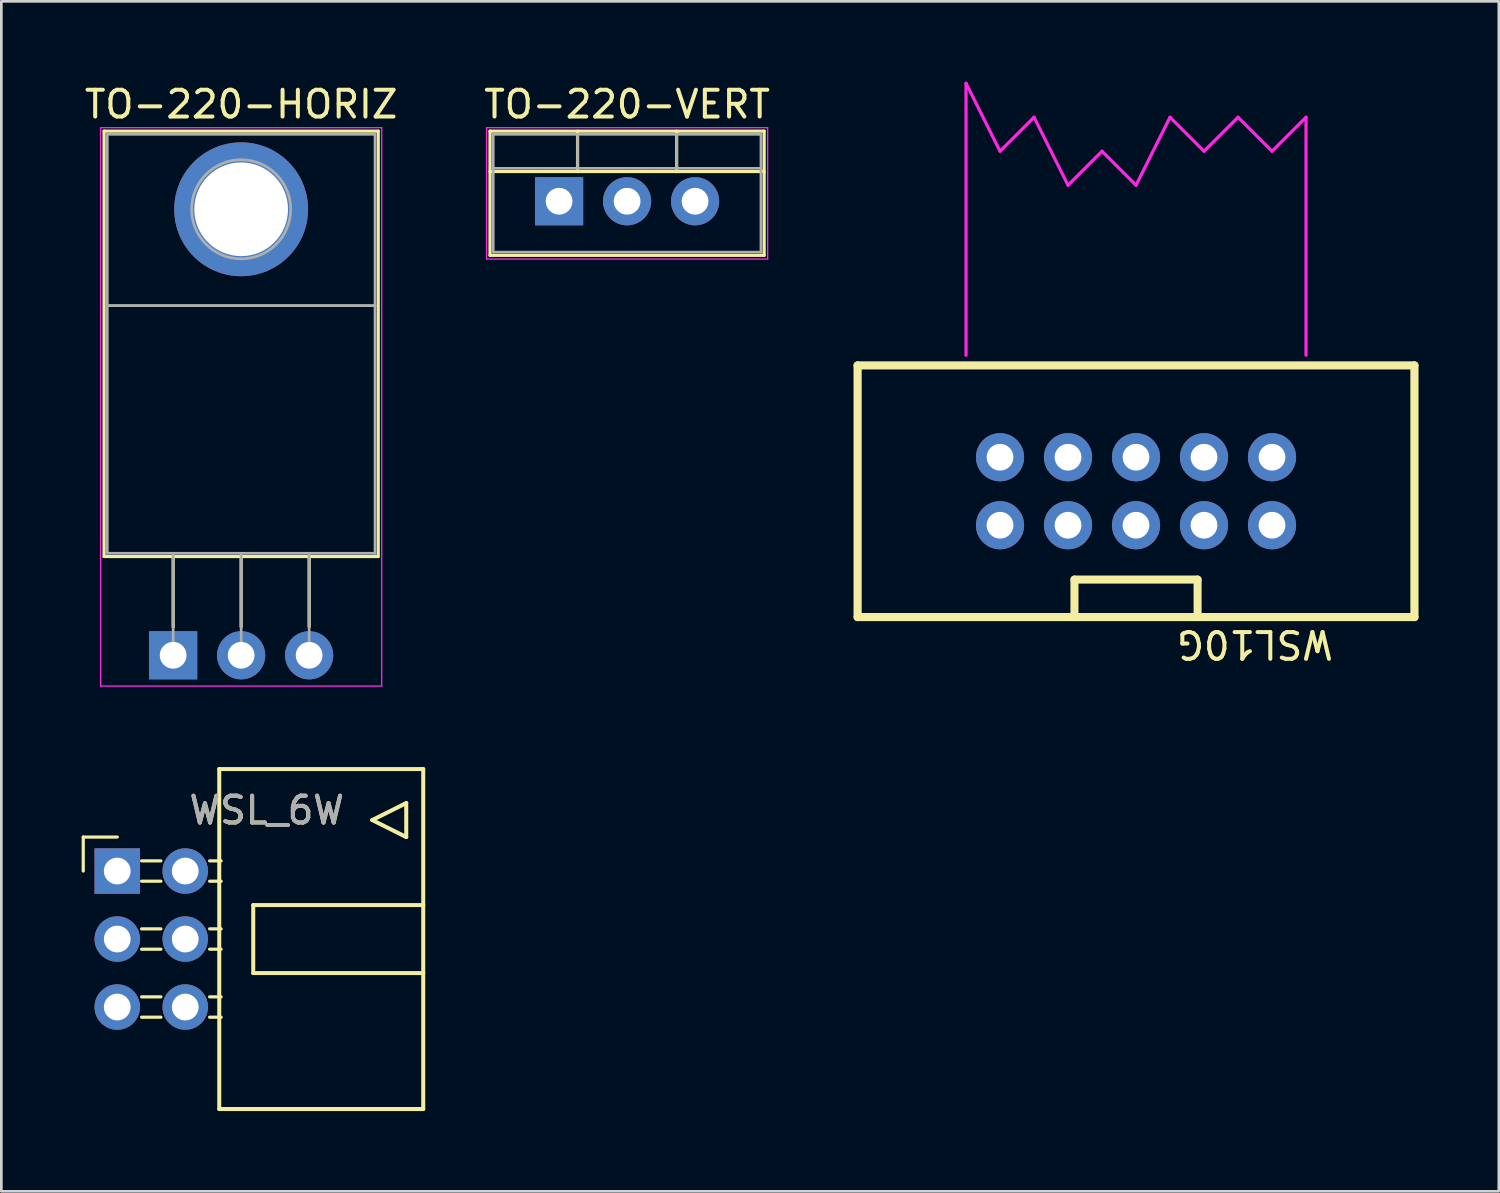
<source format=kicad_pcb>
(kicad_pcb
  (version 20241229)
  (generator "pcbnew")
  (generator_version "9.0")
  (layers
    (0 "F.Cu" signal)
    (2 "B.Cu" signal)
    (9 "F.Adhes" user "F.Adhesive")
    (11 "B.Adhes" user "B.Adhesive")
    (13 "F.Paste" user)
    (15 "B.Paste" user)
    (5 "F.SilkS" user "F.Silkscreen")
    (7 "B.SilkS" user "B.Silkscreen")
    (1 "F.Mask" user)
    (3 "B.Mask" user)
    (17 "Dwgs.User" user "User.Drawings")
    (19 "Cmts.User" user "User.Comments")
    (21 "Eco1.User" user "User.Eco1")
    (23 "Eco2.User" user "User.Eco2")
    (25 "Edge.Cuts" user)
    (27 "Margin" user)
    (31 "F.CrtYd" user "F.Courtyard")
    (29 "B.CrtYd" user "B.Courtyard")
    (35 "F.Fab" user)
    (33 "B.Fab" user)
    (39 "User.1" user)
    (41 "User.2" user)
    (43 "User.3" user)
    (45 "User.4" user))
  (footprint "TO-220-VERT"
    (layer "F.Cu")
    (at 17.835 4.468)
    (property "Reference" "TO-220-VERT" (at 2.54 -3.62 0) (layer "F.SilkS") (effects (font (size 1 1) (thickness 0.15))))
    (attr through_hole)
    (fp_line (start -2.58 -2.62) (end -2.58 2.021) (stroke (width 0.12) (type solid)) (layer "F.SilkS"))
    (fp_line (start -2.58 -2.62) (end 7.66 -2.62) (stroke (width 0.12) (type solid)) (layer "F.SilkS"))
    (fp_line (start -2.58 -1.11) (end 7.66 -1.11) (stroke (width 0.12) (type solid)) (layer "F.SilkS"))
    (fp_line (start -2.58 2.021) (end 7.66 2.021) (stroke (width 0.12) (type solid)) (layer "F.SilkS"))
    (fp_line (start 0.69 -2.62) (end 0.69 -1.11) (stroke (width 0.12) (type solid)) (layer "F.SilkS"))
    (fp_line (start 4.391 -2.62) (end 4.391 -1.11) (stroke (width 0.12) (type solid)) (layer "F.SilkS"))
    (fp_line (start 7.66 -2.62) (end 7.66 2.021) (stroke (width 0.12) (type solid)) (layer "F.SilkS"))
    (fp_line (start -2.71 -2.75) (end -2.71 2.16) (stroke (width 0.05) (type solid)) (layer "F.CrtYd"))
    (fp_line (start -2.71 2.16) (end 7.79 2.16) (stroke (width 0.05) (type solid)) (layer "F.CrtYd"))
    (fp_line (start 7.79 -2.75) (end -2.71 -2.75) (stroke (width 0.05) (type solid)) (layer "F.CrtYd"))
    (fp_line (start 7.79 2.16) (end 7.79 -2.75) (stroke (width 0.05) (type solid)) (layer "F.CrtYd"))
    (fp_line (start -2.46 -2.5) (end -2.46 1.9) (stroke (width 0.1) (type solid)) (layer "F.Fab"))
    (fp_line (start -2.46 -1.23) (end 7.54 -1.23) (stroke (width 0.1) (type solid)) (layer "F.Fab"))
    (fp_line (start -2.46 1.9) (end 7.54 1.9) (stroke (width 0.1) (type solid)) (layer "F.Fab"))
    (fp_line (start 0.69 -2.5) (end 0.69 -1.23) (stroke (width 0.1) (type solid)) (layer "F.Fab"))
    (fp_line (start 4.39 -2.5) (end 4.39 -1.23) (stroke (width 0.1) (type solid)) (layer "F.Fab"))
    (fp_line (start 7.54 -2.5) (end -2.46 -2.5) (stroke (width 0.1) (type solid)) (layer "F.Fab"))
    (fp_line (start 7.54 1.9) (end 7.54 -2.5) (stroke (width 0.1) (type solid)) (layer "F.Fab"))
    (pad "1" thru_hole rect (at 0 0) (size 1.8 1.8) (drill 1) (layers "*.Cu" "*.Mask"))
    (pad "2" thru_hole oval (at 2.54 0) (size 1.8 1.8) (drill 1) (layers "*.Cu" "*.Mask"))
    (pad "3" thru_hole oval (at 5.08 0) (size 1.8 1.8) (drill 1) (layers "*.Cu" "*.Mask")))
  (footprint "WSL_6W"
    (layer "F.Cu")
    (at 1.33 29.488)
    (property "Reference" "WSL_6W" (at 5.585 -2.27 0) (layer "F.SilkS") (effects (font (size 1 1) (thickness 0.15))))
    (attr through_hole)
    (fp_line (start -1.27 -1.27) (end 0 -1.27) (stroke (width 0.12) (type solid)) (layer "F.SilkS"))
    (fp_line (start -1.27 0) (end -1.27 -1.27) (stroke (width 0.12) (type solid)) (layer "F.SilkS"))
    (fp_line (start 0.91 -0.38) (end 1.63 -0.38) (stroke (width 0.12) (type solid)) (layer "F.SilkS"))
    (fp_line (start 0.91 0.38) (end 1.63 0.38) (stroke (width 0.12) (type solid)) (layer "F.SilkS"))
    (fp_line (start 0.91 2.16) (end 1.63 2.16) (stroke (width 0.12) (type solid)) (layer "F.SilkS"))
    (fp_line (start 0.91 2.92) (end 1.63 2.92) (stroke (width 0.12) (type solid)) (layer "F.SilkS"))
    (fp_line (start 0.91 4.7) (end 1.63 4.7) (stroke (width 0.12) (type solid)) (layer "F.SilkS"))
    (fp_line (start 0.91 5.46) (end 1.63 5.46) (stroke (width 0.12) (type solid)) (layer "F.SilkS"))
    (fp_line (start 3.45 -0.38) (end 3.88 -0.38) (stroke (width 0.12) (type solid)) (layer "F.SilkS"))
    (fp_line (start 3.45 0.38) (end 3.88 0.38) (stroke (width 0.12) (type solid)) (layer "F.SilkS"))
    (fp_line (start 3.45 2.16) (end 3.88 2.16) (stroke (width 0.12) (type solid)) (layer "F.SilkS"))
    (fp_line (start 3.45 2.92) (end 3.88 2.92) (stroke (width 0.12) (type solid)) (layer "F.SilkS"))
    (fp_line (start 3.45 4.7) (end 3.88 4.7) (stroke (width 0.12) (type solid)) (layer "F.SilkS"))
    (fp_line (start 3.45 5.46) (end 3.88 5.46) (stroke (width 0.12) (type solid)) (layer "F.SilkS"))
    (fp_line (start 3.81 -3.81) (end 3.81 8.89) (stroke (width 0.15) (type solid)) (layer "F.SilkS"))
    (fp_line (start 3.81 8.89) (end 11.43 8.89) (stroke (width 0.15) (type solid)) (layer "F.SilkS"))
    (fp_line (start 5.08 1.27) (end 5.08 3.81) (stroke (width 0.15) (type solid)) (layer "F.SilkS"))
    (fp_line (start 5.08 3.81) (end 11.43 3.81) (stroke (width 0.15) (type solid)) (layer "F.SilkS"))
    (fp_line (start 9.525 -1.905) (end 10.795 -2.54) (stroke (width 0.15) (type solid)) (layer "F.SilkS"))
    (fp_line (start 10.795 -2.54) (end 10.795 -1.27) (stroke (width 0.15) (type solid)) (layer "F.SilkS"))
    (fp_line (start 10.795 -1.27) (end 9.525 -1.905) (stroke (width 0.15) (type solid)) (layer "F.SilkS"))
    (fp_line (start 11.43 -3.81) (end 3.81 -3.81) (stroke (width 0.15) (type solid)) (layer "F.SilkS"))
    (fp_line (start 11.43 1.27) (end 5.08 1.27) (stroke (width 0.15) (type solid)) (layer "F.SilkS"))
    (fp_line (start 11.43 8.89) (end 11.43 -3.81) (stroke (width 0.15) (type solid)) (layer "F.SilkS"))
    (fp_line (start 0 -0.32) (end 0 0.32) (stroke (width 0.1) (type solid)) (layer "F.Fab"))
    (fp_line (start 0 2.22) (end 0 2.86) (stroke (width 0.1) (type solid)) (layer "F.Fab"))
    (fp_line (start 0 4.76) (end 0 5.4) (stroke (width 0.1) (type solid)) (layer "F.Fab"))
    (fp_text user "${REFERENCE}" (at 5.585 -2.27 0) (layer "F.Fab") (effects (font (size 1 1) (thickness 0.15))))
    (pad "1" thru_hole rect (at 0 0) (size 1.7 1.7) (drill 1) (layers "*.Cu" "*.Mask"))
    (pad "2" thru_hole oval (at 2.54 0) (size 1.7 1.7) (drill 1) (layers "*.Cu" "*.Mask"))
    (pad "3" thru_hole oval (at 0 2.54) (size 1.7 1.7) (drill 1) (layers "*.Cu" "*.Mask"))
    (pad "4" thru_hole oval (at 2.54 2.54) (size 1.7 1.7) (drill 1) (layers "*.Cu" "*.Mask"))
    (pad "5" thru_hole oval (at 0 5.08) (size 1.7 1.7) (drill 1) (layers "*.Cu" "*.Mask"))
    (pad "6" thru_hole oval (at 2.54 5.08) (size 1.7 1.7) (drill 1) (layers "*.Cu" "*.Mask")))
  (footprint "TO-220-HORIZ"
    (layer "F.Cu")
    (at 3.418 21.428)
    (property "Reference" "TO-220-HORIZ" (at 2.54 -20.58 0) (layer "F.SilkS") (effects (font (size 1 1) (thickness 0.15))))
    (attr through_hole)
    (fp_line (start -2.58 -19.58) (end -2.58 -3.69) (stroke (width 0.12) (type solid)) (layer "F.SilkS"))
    (fp_line (start -2.58 -19.58) (end 7.66 -19.58) (stroke (width 0.12) (type solid)) (layer "F.SilkS"))
    (fp_line (start -2.58 -3.69) (end 7.66 -3.69) (stroke (width 0.12) (type solid)) (layer "F.SilkS"))
    (fp_line (start 0 -3.69) (end 0 -1.05) (stroke (width 0.12) (type solid)) (layer "F.SilkS"))
    (fp_line (start 2.54 -3.69) (end 2.54 -1.066) (stroke (width 0.12) (type solid)) (layer "F.SilkS"))
    (fp_line (start 5.08 -3.69) (end 5.08 -1.066) (stroke (width 0.12) (type solid)) (layer "F.SilkS"))
    (fp_line (start 7.66 -19.58) (end 7.66 -3.69) (stroke (width 0.12) (type solid)) (layer "F.SilkS"))
    (fp_line (start -2.71 -19.71) (end -2.71 1.15) (stroke (width 0.05) (type solid)) (layer "F.CrtYd"))
    (fp_line (start -2.71 1.15) (end 7.79 1.15) (stroke (width 0.05) (type solid)) (layer "F.CrtYd"))
    (fp_line (start 7.79 -19.71) (end -2.71 -19.71) (stroke (width 0.05) (type solid)) (layer "F.CrtYd"))
    (fp_line (start 7.79 1.15) (end 7.79 -19.71) (stroke (width 0.05) (type solid)) (layer "F.CrtYd"))
    (fp_line (start -2.46 -19.46) (end 7.54 -19.46) (stroke (width 0.1) (type solid)) (layer "F.Fab"))
    (fp_line (start -2.46 -13.06) (end -2.46 -19.46) (stroke (width 0.1) (type solid)) (layer "F.Fab"))
    (fp_line (start -2.46 -13.06) (end 7.54 -13.06) (stroke (width 0.1) (type solid)) (layer "F.Fab"))
    (fp_line (start -2.46 -3.81) (end -2.46 -13.06) (stroke (width 0.1) (type solid)) (layer "F.Fab"))
    (fp_line (start 0 -3.81) (end 0 0) (stroke (width 0.1) (type solid)) (layer "F.Fab"))
    (fp_line (start 2.54 -3.81) (end 2.54 0) (stroke (width 0.1) (type solid)) (layer "F.Fab"))
    (fp_line (start 5.08 -3.81) (end 5.08 0) (stroke (width 0.1) (type solid)) (layer "F.Fab"))
    (fp_line (start 7.54 -19.46) (end 7.54 -13.06) (stroke (width 0.1) (type solid)) (layer "F.Fab"))
    (fp_line (start 7.54 -13.06) (end -2.46 -13.06) (stroke (width 0.1) (type solid)) (layer "F.Fab"))
    (fp_line (start 7.54 -13.06) (end 7.54 -3.81) (stroke (width 0.1) (type solid)) (layer "F.Fab"))
    (fp_line (start 7.54 -3.81) (end -2.46 -3.81) (stroke (width 0.1) (type solid)) (layer "F.Fab"))
    (fp_circle (center 2.54 -16.66) (end 4.39 -16.66) (stroke (width 0.1) (type solid)) (fill no) (layer "F.Fab"))
    (pad "1" thru_hole rect (at 0 0) (size 1.8 1.8) (drill 1) (layers "*.Cu" "*.Mask"))
    (pad "2" thru_hole circle (at 2.54 -16.66) (size 5 5) (drill 3.5) (layers "*.Cu" "*.Mask"))
    (pad "2" thru_hole oval (at 2.54 0) (size 1.8 1.8) (drill 1) (layers "*.Cu" "*.Mask"))
    (pad "3" thru_hole oval (at 5.08 0) (size 1.8 1.8) (drill 1) (layers "*.Cu" "*.Mask")))
  (footprint "WSL10G"
    (layer "F.Cu")
    (at 39.386 15.3)
    (property "Reference" "WSL10G" (at 4.445 5.715 180) (unlocked yes) (layer "F.SilkS") (effects (font (size 1 1) (thickness 0.15))))
    (attr through_hole)
    (fp_line (start -10.4 -4.7) (end -10.4 4.7) (stroke (width 0.305) (type solid)) (layer "F.SilkS"))
    (fp_line (start -10.4 4.7) (end 10.4 4.7) (stroke (width 0.305) (type solid)) (layer "F.SilkS"))
    (fp_line (start -2.3 3.3) (end -2.3 4.7) (stroke (width 0.3) (type solid)) (layer "F.SilkS"))
    (fp_line (start 2.3 3.3) (end -2.3 3.3) (stroke (width 0.3) (type solid)) (layer "F.SilkS"))
    (fp_line (start 2.3 4.7) (end 2.3 3.3) (stroke (width 0.3) (type solid)) (layer "F.SilkS"))
    (fp_line (start 10.4 -4.7) (end -10.4 -4.7) (stroke (width 0.305) (type solid)) (layer "F.SilkS"))
    (fp_line (start 10.4 -4.7) (end 10.4 4.7) (stroke (width 0.305) (type solid)) (layer "F.SilkS"))
    (fp_line (start -6.35 -15.24) (end -5.08 -12.7) (stroke (width 0.12) (type solid)) (layer "F.CrtYd"))
    (fp_line (start -6.35 -5.08) (end -6.35 -15.24) (stroke (width 0.12) (type solid)) (layer "F.CrtYd"))
    (fp_line (start -5.08 -12.7) (end -3.81 -13.97) (stroke (width 0.12) (type solid)) (layer "F.CrtYd"))
    (fp_line (start -3.81 -13.97) (end -2.54 -11.43) (stroke (width 0.12) (type solid)) (layer "F.CrtYd"))
    (fp_line (start -2.54 -11.43) (end -1.27 -12.7) (stroke (width 0.12) (type solid)) (layer "F.CrtYd"))
    (fp_line (start -1.27 -12.7) (end 0 -11.43) (stroke (width 0.12) (type solid)) (layer "F.CrtYd"))
    (fp_line (start 0 -11.43) (end 1.27 -13.97) (stroke (width 0.12) (type solid)) (layer "F.CrtYd"))
    (fp_line (start 1.27 -13.97) (end 2.54 -12.7) (stroke (width 0.12) (type solid)) (layer "F.CrtYd"))
    (fp_line (start 2.54 -12.7) (end 3.81 -13.97) (stroke (width 0.12) (type solid)) (layer "F.CrtYd"))
    (fp_line (start 3.81 -13.97) (end 5.08 -12.7) (stroke (width 0.12) (type solid)) (layer "F.CrtYd"))
    (fp_line (start 5.08 -12.7) (end 6.35 -13.97) (stroke (width 0.12) (type solid)) (layer "F.CrtYd"))
    (fp_line (start 6.35 -13.97) (end 6.35 -5.08) (stroke (width 0.12) (type solid)) (layer "F.CrtYd"))
    (pad "1" thru_hole circle (at -5.08 1.27) (size 1.8 1.8) (drill 1) (layers "*.Cu" "*.Mask"))
    (pad "2" thru_hole circle (at -5.08 -1.27) (size 1.8 1.8) (drill 1) (layers "*.Cu" "*.Mask"))
    (pad "3" thru_hole circle (at -2.54 1.27) (size 1.8 1.8) (drill 1) (layers "*.Cu" "*.Mask"))
    (pad "4" thru_hole circle (at -2.54 -1.27) (size 1.8 1.8) (drill 1) (layers "*.Cu" "*.Mask"))
    (pad "5" thru_hole circle (at 0 1.27) (size 1.8 1.8) (drill 1) (layers "*.Cu" "*.Mask"))
    (pad "6" thru_hole circle (at 0 -1.27) (size 1.8 1.8) (drill 1) (layers "*.Cu" "*.Mask"))
    (pad "7" thru_hole circle (at 2.54 1.27) (size 1.8 1.8) (drill 1) (layers "*.Cu" "*.Mask"))
    (pad "8" thru_hole circle (at 2.54 -1.27) (size 1.8 1.8) (drill 1) (layers "*.Cu" "*.Mask"))
    (pad "9" thru_hole circle (at 5.08 1.27) (size 1.8 1.8) (drill 1) (layers "*.Cu" "*.Mask"))
    (pad "10" thru_hole circle (at 5.08 -1.27) (size 1.8 1.8) (drill 1) (layers "*.Cu" "*.Mask")))
  (gr_rect
    (start -3 -3)
    (end 52.938 41.453)
    (stroke (width 0.1) (type default))
    (fill no)
    (layer "Edge.Cuts")))
</source>
